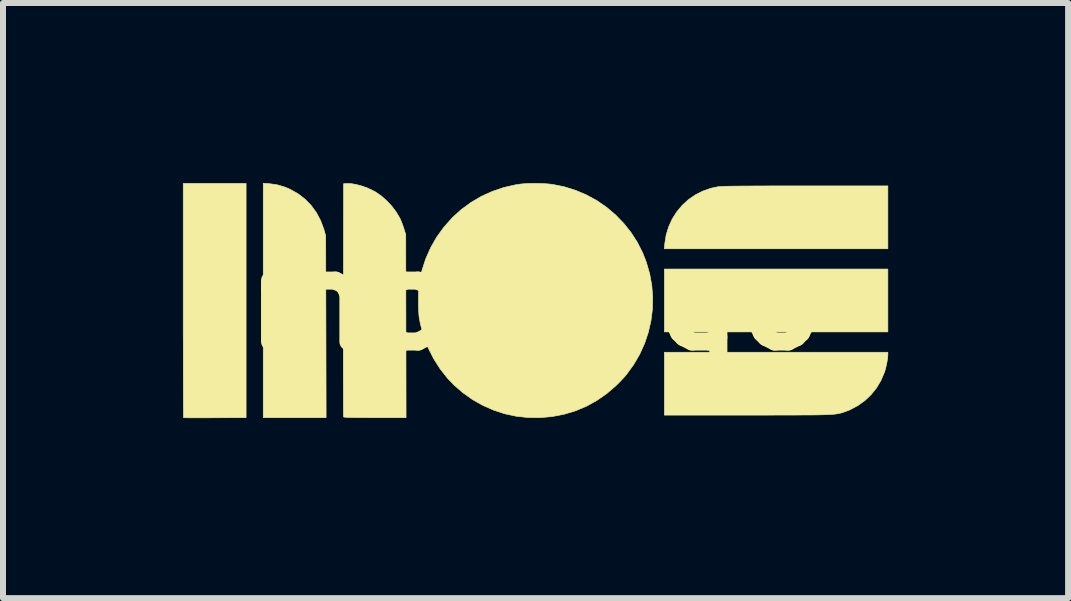
<source format=kicad_pcb>
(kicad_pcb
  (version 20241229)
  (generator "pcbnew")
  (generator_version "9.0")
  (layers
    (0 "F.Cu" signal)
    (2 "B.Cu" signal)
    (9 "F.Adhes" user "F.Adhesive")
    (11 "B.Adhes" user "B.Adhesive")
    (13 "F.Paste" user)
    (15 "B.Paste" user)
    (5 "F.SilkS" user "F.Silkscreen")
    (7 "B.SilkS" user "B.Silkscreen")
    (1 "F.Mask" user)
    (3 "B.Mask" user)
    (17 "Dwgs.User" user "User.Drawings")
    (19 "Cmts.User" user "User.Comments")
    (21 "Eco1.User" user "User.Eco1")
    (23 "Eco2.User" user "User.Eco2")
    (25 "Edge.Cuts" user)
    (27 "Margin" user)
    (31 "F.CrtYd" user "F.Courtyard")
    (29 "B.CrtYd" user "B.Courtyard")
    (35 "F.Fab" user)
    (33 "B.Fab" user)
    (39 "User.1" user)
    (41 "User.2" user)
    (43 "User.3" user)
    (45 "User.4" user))
  (footprint "moslogo"
    (layer "F.Cu")
    (at 5.879 1.955)
    (property "Reference" "moslogo" (at 0 0 0) (layer "F.SilkS") (effects (font (size 1.524 1.524) (thickness 0.3))))
    (attr through_hole)
    (fp_poly (pts (xy 5.874 0.529) (xy 2.148 0.529) (xy 2.148 -0.519) (xy 5.874 -0.519) (xy 5.874 0.529)) (stroke (width 0.01) (type solid)) (fill yes) (layer "F.SilkS"))
    (fp_poly (pts (xy -4.448 -1.944) (xy -4.308 -1.924) (xy -4.173 -1.884) (xy -4.09 -1.848) (xy -3.959 -1.774) (xy -3.842 -1.684) (xy -3.74 -1.579) (xy -3.654 -1.46) (xy -3.583 -1.327) (xy -3.529 -1.181) (xy -3.522 -1.156) (xy -3.499 -1.074) (xy -3.495 0.442) (xy -3.492 1.958) (xy -4.54 1.958) (xy -4.54 -1.95) (xy -4.448 -1.944)) (stroke (width 0.01) (type solid)) (fill yes) (layer "F.SilkS"))
    (fp_poly (pts (xy -4.826 1.958) (xy -5.345 1.96) (xy -5.448 1.961) (xy -5.544 1.961) (xy -5.632 1.961) (xy -5.709 1.961) (xy -5.773 1.961) (xy -5.823 1.96) (xy -5.855 1.96) (xy -5.869 1.959) (xy -5.869 1.959) (xy -5.87 1.948) (xy -5.87 1.917) (xy -5.871 1.867) (xy -5.871 1.799) (xy -5.871 1.714) (xy -5.872 1.613) (xy -5.872 1.497) (xy -5.872 1.367) (xy -5.873 1.225) (xy -5.873 1.07) (xy -5.873 0.905) (xy -5.873 0.731) (xy -5.874 0.548) (xy -5.874 0.357) (xy -5.874 0.159) (xy -5.874 0.004) (xy -5.874 -1.947) (xy -4.826 -1.947) (xy -4.826 1.958)) (stroke (width 0.01) (type solid)) (fill yes) (layer "F.SilkS"))
    (fp_poly (pts (xy 5.874 -0.857) (xy 2.147 -0.857) (xy 2.154 -0.939) (xy 2.177 -1.086) (xy 2.22 -1.225) (xy 2.279 -1.355) (xy 2.355 -1.474) (xy 2.445 -1.582) (xy 2.549 -1.677) (xy 2.665 -1.757) (xy 2.792 -1.821) (xy 2.929 -1.868) (xy 3.03 -1.889) (xy 3.047 -1.892) (xy 3.068 -1.894) (xy 3.095 -1.895) (xy 3.128 -1.897) (xy 3.169 -1.899) (xy 3.218 -1.9) (xy 3.277 -1.901) (xy 3.347 -1.902) (xy 3.429 -1.903) (xy 3.524 -1.903) (xy 3.634 -1.904) (xy 3.758 -1.904) (xy 3.899 -1.905) (xy 4.058 -1.905) (xy 4.235 -1.905) (xy 4.432 -1.905) (xy 4.501 -1.905) (xy 5.874 -1.905) (xy 5.874 -0.857)) (stroke (width 0.01) (type solid)) (fill yes) (layer "F.SilkS"))
    (fp_poly (pts (xy 5.874 0.909) (xy 5.871 0.956) (xy 5.862 1.015) (xy 5.849 1.081) (xy 5.834 1.145) (xy 5.818 1.201) (xy 5.817 1.201) (xy 5.76 1.336) (xy 5.686 1.461) (xy 5.595 1.574) (xy 5.49 1.674) (xy 5.372 1.758) (xy 5.243 1.827) (xy 5.159 1.859) (xy 5.136 1.867) (xy 5.114 1.874) (xy 5.093 1.881) (xy 5.07 1.886) (xy 5.046 1.891) (xy 5.018 1.896) (xy 4.986 1.9) (xy 4.948 1.903) (xy 4.903 1.906) (xy 4.851 1.908) (xy 4.79 1.91) (xy 4.718 1.912) (xy 4.636 1.913) (xy 4.54 1.914) (xy 4.432 1.914) (xy 4.308 1.915) (xy 4.169 1.915) (xy 4.012 1.915) (xy 3.838 1.916) (xy 3.644 1.916) (xy 3.522 1.916) (xy 2.148 1.916) (xy 2.148 0.868) (xy 5.874 0.868) (xy 5.874 0.909)) (stroke (width 0.01) (type solid)) (fill yes) (layer "F.SilkS"))
    (fp_poly (pts (xy -3.071 -1.943) (xy -2.986 -1.928) (xy -2.894 -1.903) (xy -2.801 -1.87) (xy -2.712 -1.828) (xy -2.665 -1.803) (xy -2.572 -1.738) (xy -2.481 -1.658) (xy -2.397 -1.568) (xy -2.323 -1.47) (xy -2.265 -1.372) (xy -2.249 -1.339) (xy -2.232 -1.297) (xy -2.213 -1.246) (xy -2.195 -1.194) (xy -2.193 -1.185) (xy -2.164 -1.095) (xy -2.159 1.958) (xy -2.678 1.958) (xy -2.801 1.958) (xy -2.905 1.957) (xy -2.991 1.957) (xy -3.06 1.956) (xy -3.113 1.955) (xy -3.153 1.953) (xy -3.179 1.951) (xy -3.195 1.948) (xy -3.202 1.945) (xy -3.202 1.945) (xy -3.202 1.933) (xy -3.203 1.901) (xy -3.203 1.85) (xy -3.204 1.781) (xy -3.204 1.695) (xy -3.204 1.593) (xy -3.204 1.477) (xy -3.205 1.346) (xy -3.205 1.203) (xy -3.205 1.049) (xy -3.205 0.883) (xy -3.205 0.708) (xy -3.205 0.525) (xy -3.205 0.334) (xy -3.204 0.137) (xy -3.204 -0.005) (xy -3.201 -1.942) (xy -3.144 -1.945) (xy -3.071 -1.943)) (stroke (width 0.01) (type solid)) (fill yes) (layer "F.SilkS"))
    (fp_poly (pts (xy 0.066 -1.946) (xy 0.151 -1.943) (xy 0.227 -1.937) (xy 0.28 -1.931) (xy 0.478 -1.891) (xy 0.668 -1.832) (xy 0.849 -1.755) (xy 1.022 -1.661) (xy 1.183 -1.55) (xy 1.332 -1.424) (xy 1.468 -1.284) (xy 1.59 -1.131) (xy 1.697 -0.966) (xy 1.786 -0.789) (xy 1.845 -0.639) (xy 1.902 -0.444) (xy 1.938 -0.247) (xy 1.953 -0.049) (xy 1.949 0.148) (xy 1.924 0.344) (xy 1.88 0.536) (xy 1.817 0.723) (xy 1.735 0.904) (xy 1.634 1.077) (xy 1.515 1.24) (xy 1.482 1.279) (xy 1.438 1.326) (xy 1.39 1.376) (xy 1.343 1.423) (xy 1.341 1.425) (xy 1.186 1.558) (xy 1.022 1.672) (xy 0.848 1.768) (xy 0.665 1.845) (xy 0.475 1.902) (xy 0.278 1.94) (xy 0.075 1.958) (xy -0.127 1.956) (xy -0.321 1.935) (xy -0.513 1.894) (xy -0.699 1.833) (xy -0.879 1.754) (xy -1.051 1.657) (xy -1.211 1.543) (xy -1.36 1.414) (xy -1.463 1.307) (xy -1.589 1.148) (xy -1.698 0.977) (xy -1.79 0.795) (xy -1.863 0.604) (xy -1.918 0.405) (xy -1.939 0.297) (xy -1.944 0.252) (xy -1.948 0.19) (xy -1.951 0.117) (xy -1.952 0.037) (xy -1.952 -0.045) (xy -1.95 -0.123) (xy -1.947 -0.194) (xy -1.943 -0.252) (xy -1.939 -0.286) (xy -1.895 -0.492) (xy -1.832 -0.688) (xy -1.75 -0.873) (xy -1.65 -1.049) (xy -1.532 -1.213) (xy -1.396 -1.367) (xy -1.387 -1.377) (xy -1.239 -1.511) (xy -1.078 -1.629) (xy -0.906 -1.73) (xy -0.724 -1.813) (xy -0.534 -1.878) (xy -0.337 -1.923) (xy -0.251 -1.936) (xy -0.188 -1.942) (xy -0.11 -1.946) (xy -0.024 -1.947) (xy 0.066 -1.946)) (stroke (width 0.01) (type solid)) (fill yes) (layer "F.SilkS")))
  (gr_rect
    (start -3 -3)
    (end 14.758 6.922)
    (stroke (width 0.1) (type default))
    (fill no)
    (layer "Edge.Cuts")))
</source>
